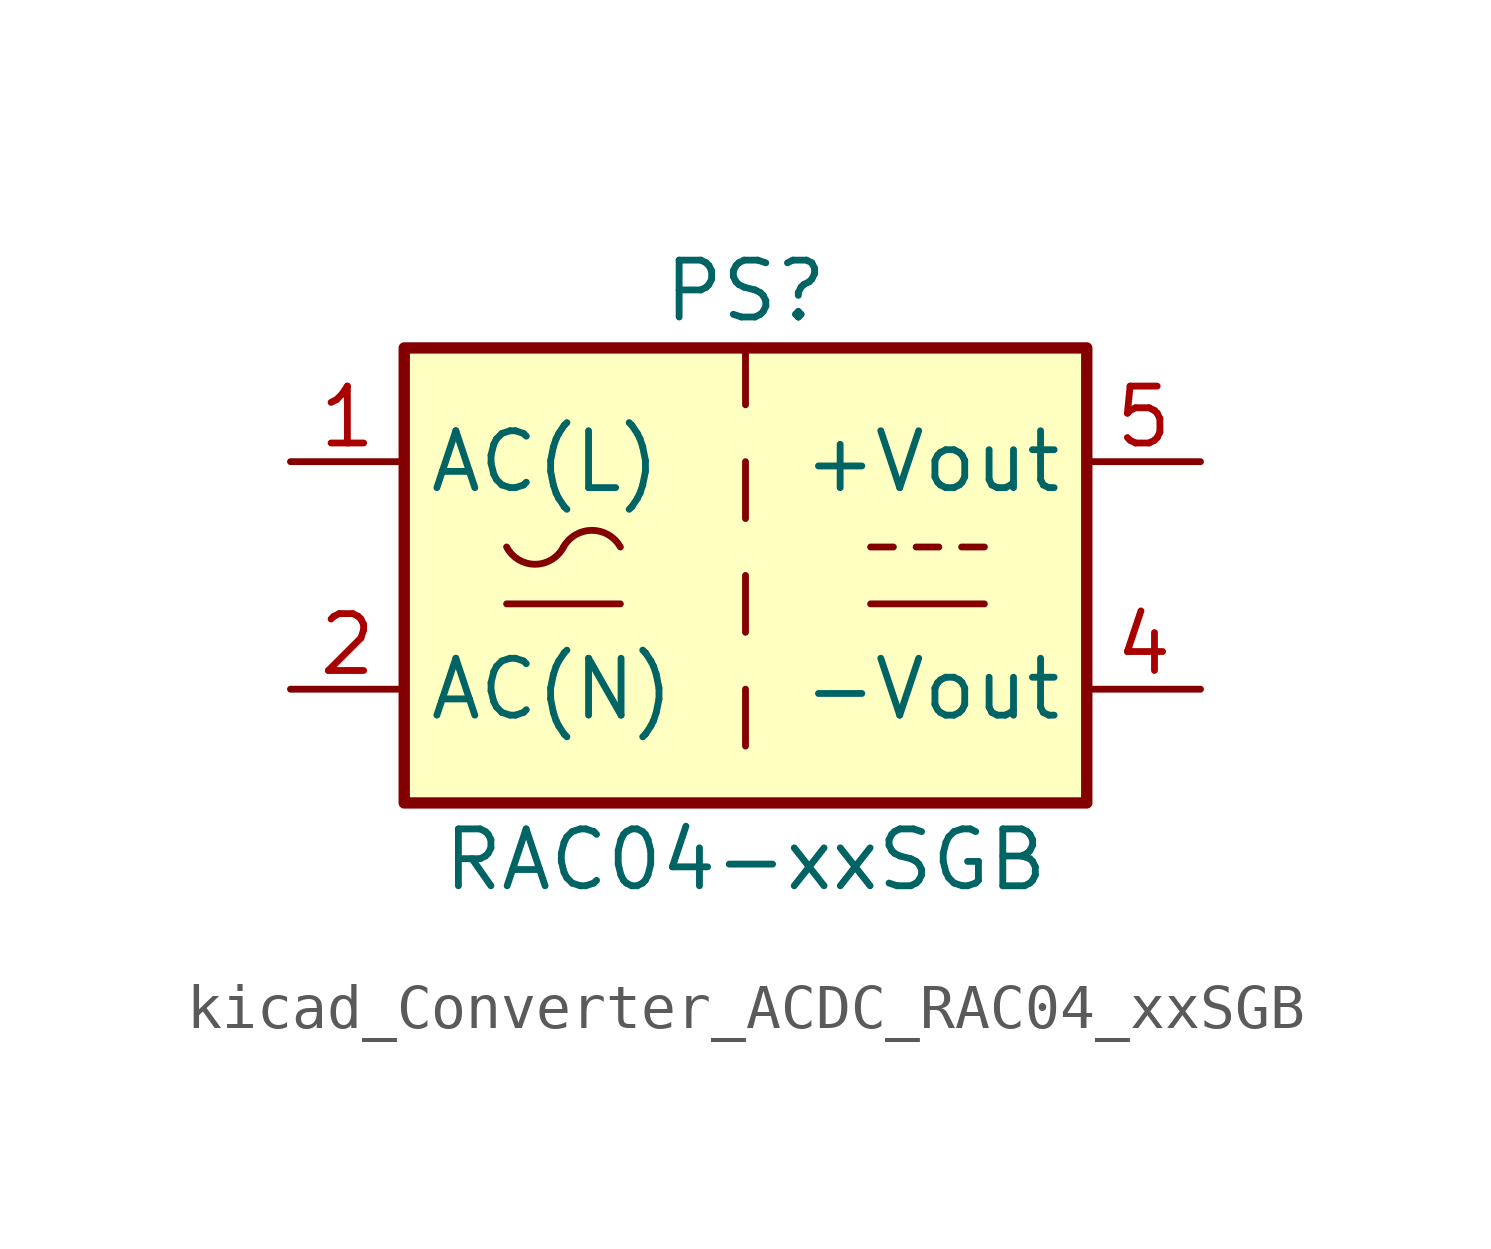
<source format=kicad_sym>
(kicad_symbol_lib
  (version 20220914)
  (generator kicad_symbol_editor)
  (symbol "kicad_Converter_ACDC_RAC04_xxSGB"
    (property "Reference" "PS"
      (at 0 6.35 0)
      (effects (font (size 1.27 1.27))))
    (property "Value" "RAC04-xxSGB"
      (at 0 -6.35 0)
      (effects (font (size 1.27 1.27))))
    (symbol "kicad_Converter_ACDC_RAC04_xxSGB_1_1"
      (rectangle (start -7.62 5.08) (end 7.62 -5.08) (stroke (width 0.254) (type default)) (fill (type background)))
      (arc (start -5.334 0.635) (mid -4.699 0.2495) (end -4.064 0.635) (stroke (width 0) (type default)) (fill (type none)))
      (arc (start -2.794 0.635) (mid -3.429 1.0072) (end -4.064 0.635) (stroke (width 0) (type default)) (fill (type none)))
      (polyline (pts (xy -5.334 -0.635) (xy -2.794 -0.635)) (stroke (width 0) (type default)) (fill (type none)))
      (polyline (pts (xy 0 -2.54) (xy 0 -3.81)) (stroke (width 0) (type default)) (fill (type none)))
      (polyline (pts (xy 0 0) (xy 0 -1.27)) (stroke (width 0) (type default)) (fill (type none)))
      (polyline (pts (xy 0 2.54) (xy 0 1.27)) (stroke (width 0) (type default)) (fill (type none)))
      (polyline (pts (xy 0 5.08) (xy 0 3.81)) (stroke (width 0) (type default)) (fill (type none)))
      (polyline (pts (xy 2.794 -0.635) (xy 5.334 -0.635)) (stroke (width 0) (type default)) (fill (type none)))
      (polyline (pts (xy 2.794 0.635) (xy 3.302 0.635)) (stroke (width 0) (type default)) (fill (type none)))
      (polyline (pts (xy 3.81 0.635) (xy 4.318 0.635)) (stroke (width 0) (type default)) (fill (type none)))
      (polyline (pts (xy 4.826 0.635) (xy 5.334 0.635)) (stroke (width 0) (type default)) (fill (type none)))
      (pin power_in line (at -10.16 2.54 0) (length 2.54) (name "AC(L)" (effects (font (size 1.27 1.27)))) (number "1" (effects (font (size 1.27 1.27)))))
      (pin power_in line (at -10.16 -2.54 0) (length 2.54) (name "AC(N)" (effects (font (size 1.27 1.27)))) (number "2" (effects (font (size 1.27 1.27)))))
      (pin no_connect line (at 7.62 0 180) (length 2.54) hide (name "NC" (effects (font (size 1.27 1.27)))) (number "3" (effects (font (size 1.27 1.27)))))
      (pin power_out line (at 10.16 -2.54 180) (length 2.54) (name "-Vout" (effects (font (size 1.27 1.27)))) (number "4" (effects (font (size 1.27 1.27)))))
      (pin power_out line (at 10.16 2.54 180) (length 2.54) (name "+Vout" (effects (font (size 1.27 1.27)))) (number "5" (effects (font (size 1.27 1.27))))))))
</source>
